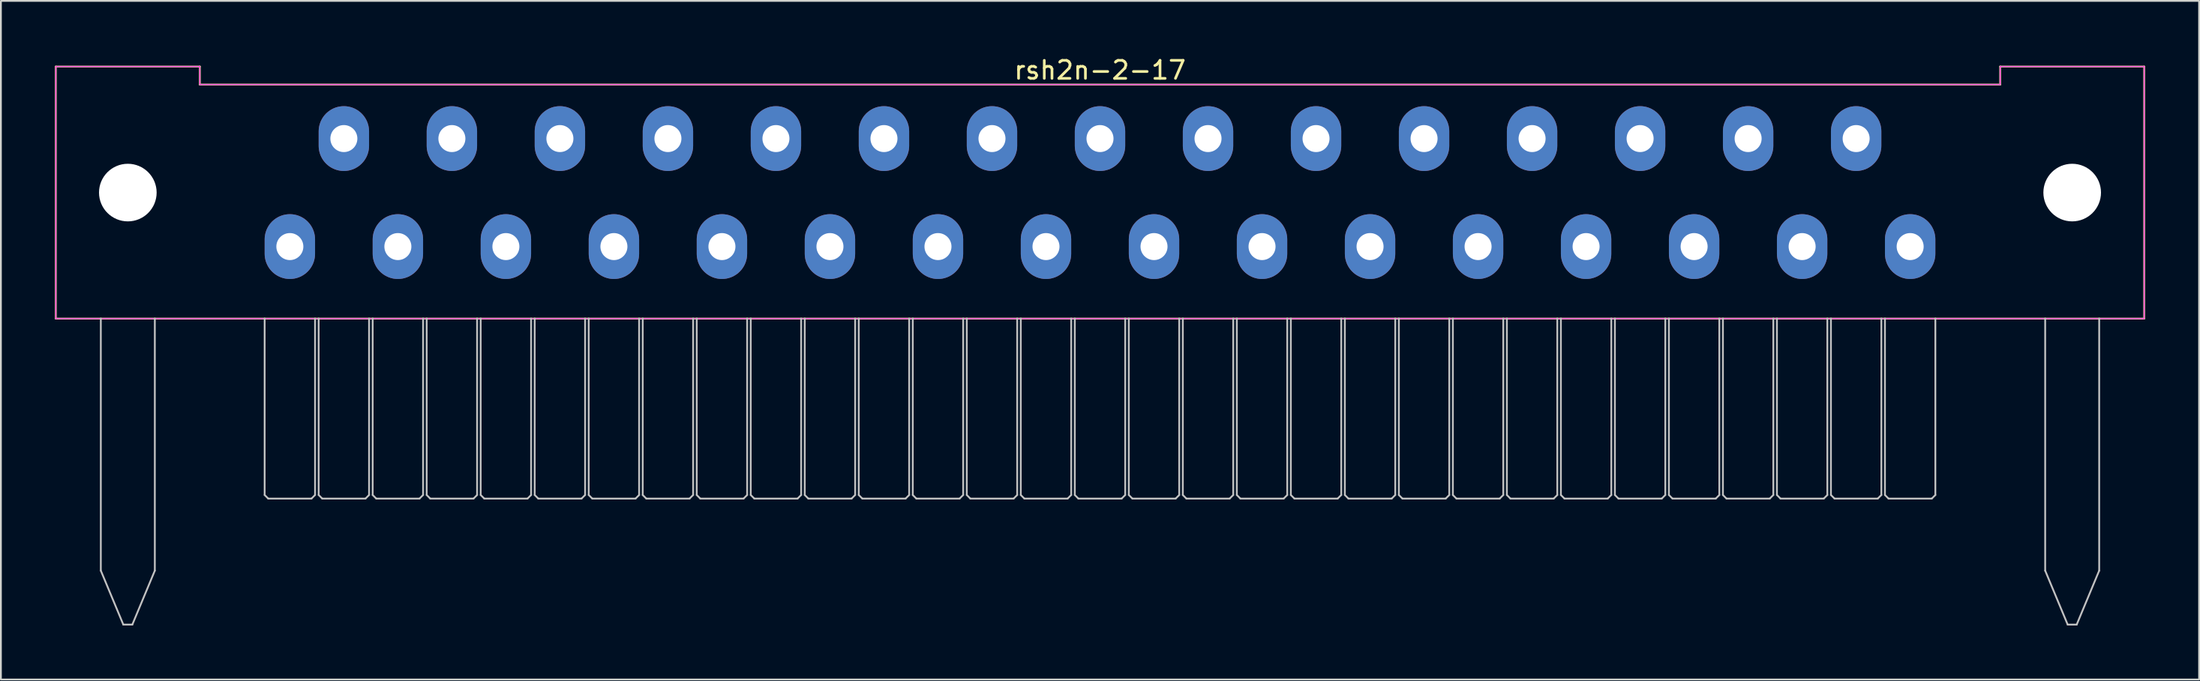
<source format=kicad_pcb>
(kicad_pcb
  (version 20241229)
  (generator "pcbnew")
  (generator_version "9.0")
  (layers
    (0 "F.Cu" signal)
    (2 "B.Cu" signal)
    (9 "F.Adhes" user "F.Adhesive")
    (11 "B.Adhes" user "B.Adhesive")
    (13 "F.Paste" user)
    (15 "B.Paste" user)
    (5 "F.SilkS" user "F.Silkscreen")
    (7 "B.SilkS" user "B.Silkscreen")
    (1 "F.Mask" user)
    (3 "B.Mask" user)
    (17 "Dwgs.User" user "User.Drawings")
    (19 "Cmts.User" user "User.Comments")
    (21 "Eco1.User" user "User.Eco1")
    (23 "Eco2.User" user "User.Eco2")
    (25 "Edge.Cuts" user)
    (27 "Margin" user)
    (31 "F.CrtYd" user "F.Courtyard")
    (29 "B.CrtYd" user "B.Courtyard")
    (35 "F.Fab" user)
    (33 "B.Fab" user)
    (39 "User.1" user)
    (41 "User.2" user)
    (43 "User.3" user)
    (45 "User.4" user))
  (footprint "rsh2n-2-17"
    (layer "F.Cu")
    (at 58.05 7.648)
    (property "Reference" "rsh2n-2-17" (at 0 -6.8 0) (layer "F.SilkS") (effects (font (size 1 1) (thickness 0.15))))
    (attr through_hole)
    (fp_line (start -58 -7) (end -58 7) (stroke (width 0.1) (type default)) (layer "F.SilkS"))
    (fp_line (start -58 -7) (end -50 -7) (stroke (width 0.1) (type default)) (layer "F.SilkS"))
    (fp_line (start -58 7) (end 58 7) (stroke (width 0.1) (type default)) (layer "F.SilkS"))
    (fp_line (start -50 -7) (end -50 -6) (stroke (width 0.1) (type default)) (layer "F.SilkS"))
    (fp_line (start 50 -7) (end 50 -6) (stroke (width 0.1) (type default)) (layer "F.SilkS"))
    (fp_line (start 50 -6) (end -50 -6) (stroke (width 0.1) (type default)) (layer "F.SilkS"))
    (fp_line (start 58 -7) (end 50 -7) (stroke (width 0.1) (type default)) (layer "F.SilkS"))
    (fp_line (start 58 7) (end 58 -7) (stroke (width 0.1) (type default)) (layer "F.SilkS"))
    (fp_line (start -55.5 21) (end -55.5 7) (stroke (width 0.1) (type default)) (layer "Dwgs.User"))
    (fp_line (start -54.25 24) (end -55.5 21) (stroke (width 0.1) (type default)) (layer "Dwgs.User"))
    (fp_line (start -54.25 24) (end -53.75 24) (stroke (width 0.1) (type default)) (layer "Dwgs.User"))
    (fp_line (start -52.5 21) (end -53.75 24) (stroke (width 0.1) (type default)) (layer "Dwgs.User"))
    (fp_line (start -52.5 21) (end -52.5 7) (stroke (width 0.1) (type default)) (layer "Dwgs.User"))
    (fp_line (start -46.4 7) (end -46.4 16.8) (stroke (width 0.1) (type default)) (layer "Dwgs.User"))
    (fp_line (start -46.4 16.8) (end -46.2 17) (stroke (width 0.1) (type default)) (layer "Dwgs.User"))
    (fp_line (start -46.2 17) (end -43.8 17) (stroke (width 0.1) (type default)) (layer "Dwgs.User"))
    (fp_line (start -43.6 7) (end -43.6 16.8) (stroke (width 0.1) (type default)) (layer "Dwgs.User"))
    (fp_line (start -43.6 16.8) (end -43.8 17) (stroke (width 0.1) (type default)) (layer "Dwgs.User"))
    (fp_line (start -43.4 7) (end -43.4 16.8) (stroke (width 0.1) (type default)) (layer "Dwgs.User"))
    (fp_line (start -43.4 16.8) (end -43.2 17) (stroke (width 0.1) (type default)) (layer "Dwgs.User"))
    (fp_line (start -43.2 17) (end -40.8 17) (stroke (width 0.1) (type default)) (layer "Dwgs.User"))
    (fp_line (start -40.6 7) (end -40.6 16.8) (stroke (width 0.1) (type default)) (layer "Dwgs.User"))
    (fp_line (start -40.6 16.8) (end -40.8 17) (stroke (width 0.1) (type default)) (layer "Dwgs.User"))
    (fp_line (start -40.4 7) (end -40.4 16.8) (stroke (width 0.1) (type default)) (layer "Dwgs.User"))
    (fp_line (start -40.4 16.8) (end -40.2 17) (stroke (width 0.1) (type default)) (layer "Dwgs.User"))
    (fp_line (start -40.2 17) (end -37.8 17) (stroke (width 0.1) (type default)) (layer "Dwgs.User"))
    (fp_line (start -37.6 7) (end -37.6 16.8) (stroke (width 0.1) (type default)) (layer "Dwgs.User"))
    (fp_line (start -37.6 16.8) (end -37.8 17) (stroke (width 0.1) (type default)) (layer "Dwgs.User"))
    (fp_line (start -37.4 7) (end -37.4 16.8) (stroke (width 0.1) (type default)) (layer "Dwgs.User"))
    (fp_line (start -37.4 16.8) (end -37.2 17) (stroke (width 0.1) (type default)) (layer "Dwgs.User"))
    (fp_line (start -37.2 17) (end -34.8 17) (stroke (width 0.1) (type default)) (layer "Dwgs.User"))
    (fp_line (start -34.6 7) (end -34.6 16.8) (stroke (width 0.1) (type default)) (layer "Dwgs.User"))
    (fp_line (start -34.6 16.8) (end -34.8 17) (stroke (width 0.1) (type default)) (layer "Dwgs.User"))
    (fp_line (start -34.4 7) (end -34.4 16.8) (stroke (width 0.1) (type default)) (layer "Dwgs.User"))
    (fp_line (start -34.4 16.8) (end -34.2 17) (stroke (width 0.1) (type default)) (layer "Dwgs.User"))
    (fp_line (start -34.2 17) (end -31.8 17) (stroke (width 0.1) (type default)) (layer "Dwgs.User"))
    (fp_line (start -31.6 7) (end -31.6 16.8) (stroke (width 0.1) (type default)) (layer "Dwgs.User"))
    (fp_line (start -31.6 16.8) (end -31.8 17) (stroke (width 0.1) (type default)) (layer "Dwgs.User"))
    (fp_line (start -31.4 7) (end -31.4 16.8) (stroke (width 0.1) (type default)) (layer "Dwgs.User"))
    (fp_line (start -31.4 16.8) (end -31.2 17) (stroke (width 0.1) (type default)) (layer "Dwgs.User"))
    (fp_line (start -31.2 17) (end -28.8 17) (stroke (width 0.1) (type default)) (layer "Dwgs.User"))
    (fp_line (start -28.6 7) (end -28.6 16.8) (stroke (width 0.1) (type default)) (layer "Dwgs.User"))
    (fp_line (start -28.6 16.8) (end -28.8 17) (stroke (width 0.1) (type default)) (layer "Dwgs.User"))
    (fp_line (start -28.4 7) (end -28.4 16.8) (stroke (width 0.1) (type default)) (layer "Dwgs.User"))
    (fp_line (start -28.4 16.8) (end -28.2 17) (stroke (width 0.1) (type default)) (layer "Dwgs.User"))
    (fp_line (start -28.2 17) (end -25.8 17) (stroke (width 0.1) (type default)) (layer "Dwgs.User"))
    (fp_line (start -25.6 7) (end -25.6 16.8) (stroke (width 0.1) (type default)) (layer "Dwgs.User"))
    (fp_line (start -25.6 16.8) (end -25.8 17) (stroke (width 0.1) (type default)) (layer "Dwgs.User"))
    (fp_line (start -25.4 7) (end -25.4 16.8) (stroke (width 0.1) (type default)) (layer "Dwgs.User"))
    (fp_line (start -25.4 16.8) (end -25.2 17) (stroke (width 0.1) (type default)) (layer "Dwgs.User"))
    (fp_line (start -25.2 17) (end -22.8 17) (stroke (width 0.1) (type default)) (layer "Dwgs.User"))
    (fp_line (start -22.6 7) (end -22.6 16.8) (stroke (width 0.1) (type default)) (layer "Dwgs.User"))
    (fp_line (start -22.6 16.8) (end -22.8 17) (stroke (width 0.1) (type default)) (layer "Dwgs.User"))
    (fp_line (start -22.4 7) (end -22.4 16.8) (stroke (width 0.1) (type default)) (layer "Dwgs.User"))
    (fp_line (start -22.4 16.8) (end -22.2 17) (stroke (width 0.1) (type default)) (layer "Dwgs.User"))
    (fp_line (start -22.2 17) (end -19.8 17) (stroke (width 0.1) (type default)) (layer "Dwgs.User"))
    (fp_line (start -19.6 7) (end -19.6 16.8) (stroke (width 0.1) (type default)) (layer "Dwgs.User"))
    (fp_line (start -19.6 16.8) (end -19.8 17) (stroke (width 0.1) (type default)) (layer "Dwgs.User"))
    (fp_line (start -19.4 7) (end -19.4 16.8) (stroke (width 0.1) (type default)) (layer "Dwgs.User"))
    (fp_line (start -19.4 16.8) (end -19.2 17) (stroke (width 0.1) (type default)) (layer "Dwgs.User"))
    (fp_line (start -19.2 17) (end -16.8 17) (stroke (width 0.1) (type default)) (layer "Dwgs.User"))
    (fp_line (start -16.6 7) (end -16.6 16.8) (stroke (width 0.1) (type default)) (layer "Dwgs.User"))
    (fp_line (start -16.6 16.8) (end -16.8 17) (stroke (width 0.1) (type default)) (layer "Dwgs.User"))
    (fp_line (start -16.4 7) (end -16.4 16.8) (stroke (width 0.1) (type default)) (layer "Dwgs.User"))
    (fp_line (start -16.4 16.8) (end -16.2 17) (stroke (width 0.1) (type default)) (layer "Dwgs.User"))
    (fp_line (start -16.2 17) (end -13.8 17) (stroke (width 0.1) (type default)) (layer "Dwgs.User"))
    (fp_line (start -13.6 7) (end -13.6 16.8) (stroke (width 0.1) (type default)) (layer "Dwgs.User"))
    (fp_line (start -13.6 16.8) (end -13.8 17) (stroke (width 0.1) (type default)) (layer "Dwgs.User"))
    (fp_line (start -13.4 7) (end -13.4 16.8) (stroke (width 0.1) (type default)) (layer "Dwgs.User"))
    (fp_line (start -13.4 16.8) (end -13.2 17) (stroke (width 0.1) (type default)) (layer "Dwgs.User"))
    (fp_line (start -13.2 17) (end -10.8 17) (stroke (width 0.1) (type default)) (layer "Dwgs.User"))
    (fp_line (start -10.6 7) (end -10.6 16.8) (stroke (width 0.1) (type default)) (layer "Dwgs.User"))
    (fp_line (start -10.6 16.8) (end -10.8 17) (stroke (width 0.1) (type default)) (layer "Dwgs.User"))
    (fp_line (start -10.4 7) (end -10.4 16.8) (stroke (width 0.1) (type default)) (layer "Dwgs.User"))
    (fp_line (start -10.4 16.8) (end -10.2 17) (stroke (width 0.1) (type default)) (layer "Dwgs.User"))
    (fp_line (start -10.2 17) (end -7.8 17) (stroke (width 0.1) (type default)) (layer "Dwgs.User"))
    (fp_line (start -7.6 7) (end -7.6 16.8) (stroke (width 0.1) (type default)) (layer "Dwgs.User"))
    (fp_line (start -7.6 16.8) (end -7.8 17) (stroke (width 0.1) (type default)) (layer "Dwgs.User"))
    (fp_line (start -7.4 7) (end -7.4 16.8) (stroke (width 0.1) (type default)) (layer "Dwgs.User"))
    (fp_line (start -7.4 16.8) (end -7.2 17) (stroke (width 0.1) (type default)) (layer "Dwgs.User"))
    (fp_line (start -7.2 17) (end -4.8 17) (stroke (width 0.1) (type default)) (layer "Dwgs.User"))
    (fp_line (start -4.6 7) (end -4.6 16.8) (stroke (width 0.1) (type default)) (layer "Dwgs.User"))
    (fp_line (start -4.6 16.8) (end -4.8 17) (stroke (width 0.1) (type default)) (layer "Dwgs.User"))
    (fp_line (start -4.4 7) (end -4.4 16.8) (stroke (width 0.1) (type default)) (layer "Dwgs.User"))
    (fp_line (start -4.4 16.8) (end -4.2 17) (stroke (width 0.1) (type default)) (layer "Dwgs.User"))
    (fp_line (start -4.2 17) (end -1.8 17) (stroke (width 0.1) (type default)) (layer "Dwgs.User"))
    (fp_line (start -1.6 7) (end -1.6 16.8) (stroke (width 0.1) (type default)) (layer "Dwgs.User"))
    (fp_line (start -1.6 16.8) (end -1.8 17) (stroke (width 0.1) (type default)) (layer "Dwgs.User"))
    (fp_line (start -1.4 7) (end -1.4 16.8) (stroke (width 0.1) (type default)) (layer "Dwgs.User"))
    (fp_line (start -1.4 16.8) (end -1.2 17) (stroke (width 0.1) (type default)) (layer "Dwgs.User"))
    (fp_line (start -1.2 17) (end 1.2 17) (stroke (width 0.1) (type default)) (layer "Dwgs.User"))
    (fp_line (start 1.4 7) (end 1.4 16.8) (stroke (width 0.1) (type default)) (layer "Dwgs.User"))
    (fp_line (start 1.4 16.8) (end 1.2 17) (stroke (width 0.1) (type default)) (layer "Dwgs.User"))
    (fp_line (start 1.6 7) (end 1.6 16.8) (stroke (width 0.1) (type default)) (layer "Dwgs.User"))
    (fp_line (start 1.6 16.8) (end 1.8 17) (stroke (width 0.1) (type default)) (layer "Dwgs.User"))
    (fp_line (start 1.8 17) (end 4.2 17) (stroke (width 0.1) (type default)) (layer "Dwgs.User"))
    (fp_line (start 4.4 7) (end 4.4 16.8) (stroke (width 0.1) (type default)) (layer "Dwgs.User"))
    (fp_line (start 4.4 16.8) (end 4.2 17) (stroke (width 0.1) (type default)) (layer "Dwgs.User"))
    (fp_line (start 4.6 7) (end 4.6 16.8) (stroke (width 0.1) (type default)) (layer "Dwgs.User"))
    (fp_line (start 4.6 16.8) (end 4.8 17) (stroke (width 0.1) (type default)) (layer "Dwgs.User"))
    (fp_line (start 4.8 17) (end 7.2 17) (stroke (width 0.1) (type default)) (layer "Dwgs.User"))
    (fp_line (start 7.4 7) (end 7.4 16.8) (stroke (width 0.1) (type default)) (layer "Dwgs.User"))
    (fp_line (start 7.4 16.8) (end 7.2 17) (stroke (width 0.1) (type default)) (layer "Dwgs.User"))
    (fp_line (start 7.6 7) (end 7.6 16.8) (stroke (width 0.1) (type default)) (layer "Dwgs.User"))
    (fp_line (start 7.6 16.8) (end 7.8 17) (stroke (width 0.1) (type default)) (layer "Dwgs.User"))
    (fp_line (start 7.8 17) (end 10.2 17) (stroke (width 0.1) (type default)) (layer "Dwgs.User"))
    (fp_line (start 10.4 7) (end 10.4 16.8) (stroke (width 0.1) (type default)) (layer "Dwgs.User"))
    (fp_line (start 10.4 16.8) (end 10.2 17) (stroke (width 0.1) (type default)) (layer "Dwgs.User"))
    (fp_line (start 10.6 7) (end 10.6 16.8) (stroke (width 0.1) (type default)) (layer "Dwgs.User"))
    (fp_line (start 10.6 16.8) (end 10.8 17) (stroke (width 0.1) (type default)) (layer "Dwgs.User"))
    (fp_line (start 10.8 17) (end 13.2 17) (stroke (width 0.1) (type default)) (layer "Dwgs.User"))
    (fp_line (start 13.4 7) (end 13.4 16.8) (stroke (width 0.1) (type default)) (layer "Dwgs.User"))
    (fp_line (start 13.4 16.8) (end 13.2 17) (stroke (width 0.1) (type default)) (layer "Dwgs.User"))
    (fp_line (start 13.6 7) (end 13.6 16.8) (stroke (width 0.1) (type default)) (layer "Dwgs.User"))
    (fp_line (start 13.6 16.8) (end 13.8 17) (stroke (width 0.1) (type default)) (layer "Dwgs.User"))
    (fp_line (start 13.8 17) (end 16.2 17) (stroke (width 0.1) (type default)) (layer "Dwgs.User"))
    (fp_line (start 16.4 7) (end 16.4 16.8) (stroke (width 0.1) (type default)) (layer "Dwgs.User"))
    (fp_line (start 16.4 16.8) (end 16.2 17) (stroke (width 0.1) (type default)) (layer "Dwgs.User"))
    (fp_line (start 16.6 7) (end 16.6 16.8) (stroke (width 0.1) (type default)) (layer "Dwgs.User"))
    (fp_line (start 16.6 16.8) (end 16.8 17) (stroke (width 0.1) (type default)) (layer "Dwgs.User"))
    (fp_line (start 16.8 17) (end 19.2 17) (stroke (width 0.1) (type default)) (layer "Dwgs.User"))
    (fp_line (start 19.4 7) (end 19.4 16.8) (stroke (width 0.1) (type default)) (layer "Dwgs.User"))
    (fp_line (start 19.4 16.8) (end 19.2 17) (stroke (width 0.1) (type default)) (layer "Dwgs.User"))
    (fp_line (start 19.6 7) (end 19.6 16.8) (stroke (width 0.1) (type default)) (layer "Dwgs.User"))
    (fp_line (start 19.6 16.8) (end 19.8 17) (stroke (width 0.1) (type default)) (layer "Dwgs.User"))
    (fp_line (start 19.8 17) (end 22.2 17) (stroke (width 0.1) (type default)) (layer "Dwgs.User"))
    (fp_line (start 22.4 7) (end 22.4 16.8) (stroke (width 0.1) (type default)) (layer "Dwgs.User"))
    (fp_line (start 22.4 16.8) (end 22.2 17) (stroke (width 0.1) (type default)) (layer "Dwgs.User"))
    (fp_line (start 22.6 7) (end 22.6 16.8) (stroke (width 0.1) (type default)) (layer "Dwgs.User"))
    (fp_line (start 22.6 16.8) (end 22.8 17) (stroke (width 0.1) (type default)) (layer "Dwgs.User"))
    (fp_line (start 22.8 17) (end 25.2 17) (stroke (width 0.1) (type default)) (layer "Dwgs.User"))
    (fp_line (start 25.4 7) (end 25.4 16.8) (stroke (width 0.1) (type default)) (layer "Dwgs.User"))
    (fp_line (start 25.4 16.8) (end 25.2 17) (stroke (width 0.1) (type default)) (layer "Dwgs.User"))
    (fp_line (start 25.6 7) (end 25.6 16.8) (stroke (width 0.1) (type default)) (layer "Dwgs.User"))
    (fp_line (start 25.6 16.8) (end 25.8 17) (stroke (width 0.1) (type default)) (layer "Dwgs.User"))
    (fp_line (start 25.8 17) (end 28.2 17) (stroke (width 0.1) (type default)) (layer "Dwgs.User"))
    (fp_line (start 28.4 7) (end 28.4 16.8) (stroke (width 0.1) (type default)) (layer "Dwgs.User"))
    (fp_line (start 28.4 16.8) (end 28.2 17) (stroke (width 0.1) (type default)) (layer "Dwgs.User"))
    (fp_line (start 28.6 7) (end 28.6 16.8) (stroke (width 0.1) (type default)) (layer "Dwgs.User"))
    (fp_line (start 28.6 16.8) (end 28.8 17) (stroke (width 0.1) (type default)) (layer "Dwgs.User"))
    (fp_line (start 28.8 17) (end 31.2 17) (stroke (width 0.1) (type default)) (layer "Dwgs.User"))
    (fp_line (start 31.4 7) (end 31.4 16.8) (stroke (width 0.1) (type default)) (layer "Dwgs.User"))
    (fp_line (start 31.4 16.8) (end 31.2 17) (stroke (width 0.1) (type default)) (layer "Dwgs.User"))
    (fp_line (start 31.6 7) (end 31.6 16.8) (stroke (width 0.1) (type default)) (layer "Dwgs.User"))
    (fp_line (start 31.6 16.8) (end 31.8 17) (stroke (width 0.1) (type default)) (layer "Dwgs.User"))
    (fp_line (start 31.8 17) (end 34.2 17) (stroke (width 0.1) (type default)) (layer "Dwgs.User"))
    (fp_line (start 34.4 7) (end 34.4 16.8) (stroke (width 0.1) (type default)) (layer "Dwgs.User"))
    (fp_line (start 34.4 16.8) (end 34.2 17) (stroke (width 0.1) (type default)) (layer "Dwgs.User"))
    (fp_line (start 34.6 7) (end 34.6 16.8) (stroke (width 0.1) (type default)) (layer "Dwgs.User"))
    (fp_line (start 34.6 16.8) (end 34.8 17) (stroke (width 0.1) (type default)) (layer "Dwgs.User"))
    (fp_line (start 34.8 17) (end 37.2 17) (stroke (width 0.1) (type default)) (layer "Dwgs.User"))
    (fp_line (start 37.4 7) (end 37.4 16.8) (stroke (width 0.1) (type default)) (layer "Dwgs.User"))
    (fp_line (start 37.4 16.8) (end 37.2 17) (stroke (width 0.1) (type default)) (layer "Dwgs.User"))
    (fp_line (start 37.6 7) (end 37.6 16.8) (stroke (width 0.1) (type default)) (layer "Dwgs.User"))
    (fp_line (start 37.6 16.8) (end 37.8 17) (stroke (width 0.1) (type default)) (layer "Dwgs.User"))
    (fp_line (start 37.8 17) (end 40.2 17) (stroke (width 0.1) (type default)) (layer "Dwgs.User"))
    (fp_line (start 40.4 7) (end 40.4 16.8) (stroke (width 0.1) (type default)) (layer "Dwgs.User"))
    (fp_line (start 40.4 16.8) (end 40.2 17) (stroke (width 0.1) (type default)) (layer "Dwgs.User"))
    (fp_line (start 40.6 7) (end 40.6 16.8) (stroke (width 0.1) (type default)) (layer "Dwgs.User"))
    (fp_line (start 40.6 16.8) (end 40.8 17) (stroke (width 0.1) (type default)) (layer "Dwgs.User"))
    (fp_line (start 40.8 17) (end 43.2 17) (stroke (width 0.1) (type default)) (layer "Dwgs.User"))
    (fp_line (start 43.4 7) (end 43.4 16.8) (stroke (width 0.1) (type default)) (layer "Dwgs.User"))
    (fp_line (start 43.4 16.8) (end 43.2 17) (stroke (width 0.1) (type default)) (layer "Dwgs.User"))
    (fp_line (start 43.6 7) (end 43.6 16.8) (stroke (width 0.1) (type default)) (layer "Dwgs.User"))
    (fp_line (start 43.6 16.8) (end 43.8 17) (stroke (width 0.1) (type default)) (layer "Dwgs.User"))
    (fp_line (start 43.8 17) (end 46.2 17) (stroke (width 0.1) (type default)) (layer "Dwgs.User"))
    (fp_line (start 46.4 7) (end 46.4 16.8) (stroke (width 0.1) (type default)) (layer "Dwgs.User"))
    (fp_line (start 46.4 16.8) (end 46.2 17) (stroke (width 0.1) (type default)) (layer "Dwgs.User"))
    (fp_line (start 52.5 21) (end 52.5 7) (stroke (width 0.1) (type default)) (layer "Dwgs.User"))
    (fp_line (start 53.75 24) (end 52.5 21) (stroke (width 0.1) (type default)) (layer "Dwgs.User"))
    (fp_line (start 53.75 24) (end 54.25 24) (stroke (width 0.1) (type default)) (layer "Dwgs.User"))
    (fp_line (start 55.5 21) (end 54.25 24) (stroke (width 0.1) (type default)) (layer "Dwgs.User"))
    (fp_line (start 55.5 21) (end 55.5 7) (stroke (width 0.1) (type default)) (layer "Dwgs.User"))
    (fp_line (start -58 -7) (end -50 -7) (stroke (width 0.05) (type default)) (layer "F.CrtYd"))
    (fp_line (start -58 7) (end -58 -7) (stroke (width 0.05) (type default)) (layer "F.CrtYd"))
    (fp_line (start -50 -7) (end -50 -6) (stroke (width 0.05) (type default)) (layer "F.CrtYd"))
    (fp_line (start -50 -6) (end 50 -6) (stroke (width 0.05) (type default)) (layer "F.CrtYd"))
    (fp_line (start 50 -7) (end 58 -7) (stroke (width 0.05) (type default)) (layer "F.CrtYd"))
    (fp_line (start 50 -6) (end 50 -7) (stroke (width 0.05) (type default)) (layer "F.CrtYd"))
    (fp_line (start 58 -7) (end 58 7) (stroke (width 0.05) (type default)) (layer "F.CrtYd"))
    (fp_line (start 58 7) (end -58 7) (stroke (width 0.05) (type default)) (layer "F.CrtYd"))
    (pad "" np_thru_hole circle (at -54 0) (size 3.2 3.2) (drill 3.2) (layers "*.Cu" "*.Mask"))
    (pad "" np_thru_hole circle (at 54 0) (size 3.2 3.2) (drill 3.2) (layers "*.Cu" "*.Mask"))
    (pad "1" thru_hole oval (at 45 3) (size 2.8 3.6) (drill 1.5) (layers "*.Cu" "*.Mask"))
    (pad "2" thru_hole oval (at 42 -3) (size 2.8 3.6) (drill 1.5) (layers "*.Cu" "*.Mask"))
    (pad "3" thru_hole oval (at 39 3) (size 2.8 3.6) (drill 1.5) (layers "*.Cu" "*.Mask"))
    (pad "4" thru_hole oval (at 36 -3) (size 2.8 3.6) (drill 1.5) (layers "*.Cu" "*.Mask"))
    (pad "5" thru_hole oval (at 33 3) (size 2.8 3.6) (drill 1.5) (layers "*.Cu" "*.Mask"))
    (pad "6" thru_hole oval (at 30 -3) (size 2.8 3.6) (drill 1.5) (layers "*.Cu" "*.Mask"))
    (pad "7" thru_hole oval (at 27 3) (size 2.8 3.6) (drill 1.5) (layers "*.Cu" "*.Mask"))
    (pad "8" thru_hole oval (at 24 -3) (size 2.8 3.6) (drill 1.5) (layers "*.Cu" "*.Mask"))
    (pad "9" thru_hole oval (at 21 3) (size 2.8 3.6) (drill 1.5) (layers "*.Cu" "*.Mask"))
    (pad "10" thru_hole oval (at 18 -3) (size 2.8 3.6) (drill 1.5) (layers "*.Cu" "*.Mask"))
    (pad "11" thru_hole oval (at 15 3) (size 2.8 3.6) (drill 1.5) (layers "*.Cu" "*.Mask"))
    (pad "12" thru_hole oval (at 12 -3) (size 2.8 3.6) (drill 1.5) (layers "*.Cu" "*.Mask"))
    (pad "13" thru_hole oval (at 9 3) (size 2.8 3.6) (drill 1.5) (layers "*.Cu" "*.Mask"))
    (pad "14" thru_hole oval (at 6 -3) (size 2.8 3.6) (drill 1.5) (layers "*.Cu" "*.Mask"))
    (pad "15" thru_hole oval (at 3 3) (size 2.8 3.6) (drill 1.5) (layers "*.Cu" "*.Mask"))
    (pad "16" thru_hole oval (at 0 -3) (size 2.8 3.6) (drill 1.5) (layers "*.Cu" "*.Mask"))
    (pad "17" thru_hole oval (at -3 3) (size 2.8 3.6) (drill 1.5) (layers "*.Cu" "*.Mask"))
    (pad "18" thru_hole oval (at -6 -3) (size 2.8 3.6) (drill 1.5) (layers "*.Cu" "*.Mask"))
    (pad "19" thru_hole oval (at -9 3) (size 2.8 3.6) (drill 1.5) (layers "*.Cu" "*.Mask"))
    (pad "20" thru_hole oval (at -12 -3) (size 2.8 3.6) (drill 1.5) (layers "*.Cu" "*.Mask"))
    (pad "21" thru_hole oval (at -15 3) (size 2.8 3.6) (drill 1.5) (layers "*.Cu" "*.Mask"))
    (pad "22" thru_hole oval (at -18 -3) (size 2.8 3.6) (drill 1.5) (layers "*.Cu" "*.Mask"))
    (pad "23" thru_hole oval (at -21 3) (size 2.8 3.6) (drill 1.5) (layers "*.Cu" "*.Mask"))
    (pad "24" thru_hole oval (at -24 -3) (size 2.8 3.6) (drill 1.5) (layers "*.Cu" "*.Mask"))
    (pad "25" thru_hole oval (at -27 3) (size 2.8 3.6) (drill 1.5) (layers "*.Cu" "*.Mask"))
    (pad "26" thru_hole oval (at -30 -3) (size 2.8 3.6) (drill 1.5) (layers "*.Cu" "*.Mask"))
    (pad "27" thru_hole oval (at -33 3) (size 2.8 3.6) (drill 1.5) (layers "*.Cu" "*.Mask"))
    (pad "28" thru_hole oval (at -36 -3) (size 2.8 3.6) (drill 1.5) (layers "*.Cu" "*.Mask"))
    (pad "29" thru_hole oval (at -39 3) (size 2.8 3.6) (drill 1.5) (layers "*.Cu" "*.Mask"))
    (pad "30" thru_hole oval (at -42 -3) (size 2.8 3.6) (drill 1.5) (layers "*.Cu" "*.Mask"))
    (pad "31" thru_hole oval (at -45 3) (size 2.8 3.6) (drill 1.5) (layers "*.Cu" "*.Mask")))
  (gr_rect
    (start -3 -3)
    (end 119.1 34.698)
    (stroke (width 0.1) (type default))
    (fill no)
    (layer "Edge.Cuts")))
</source>
